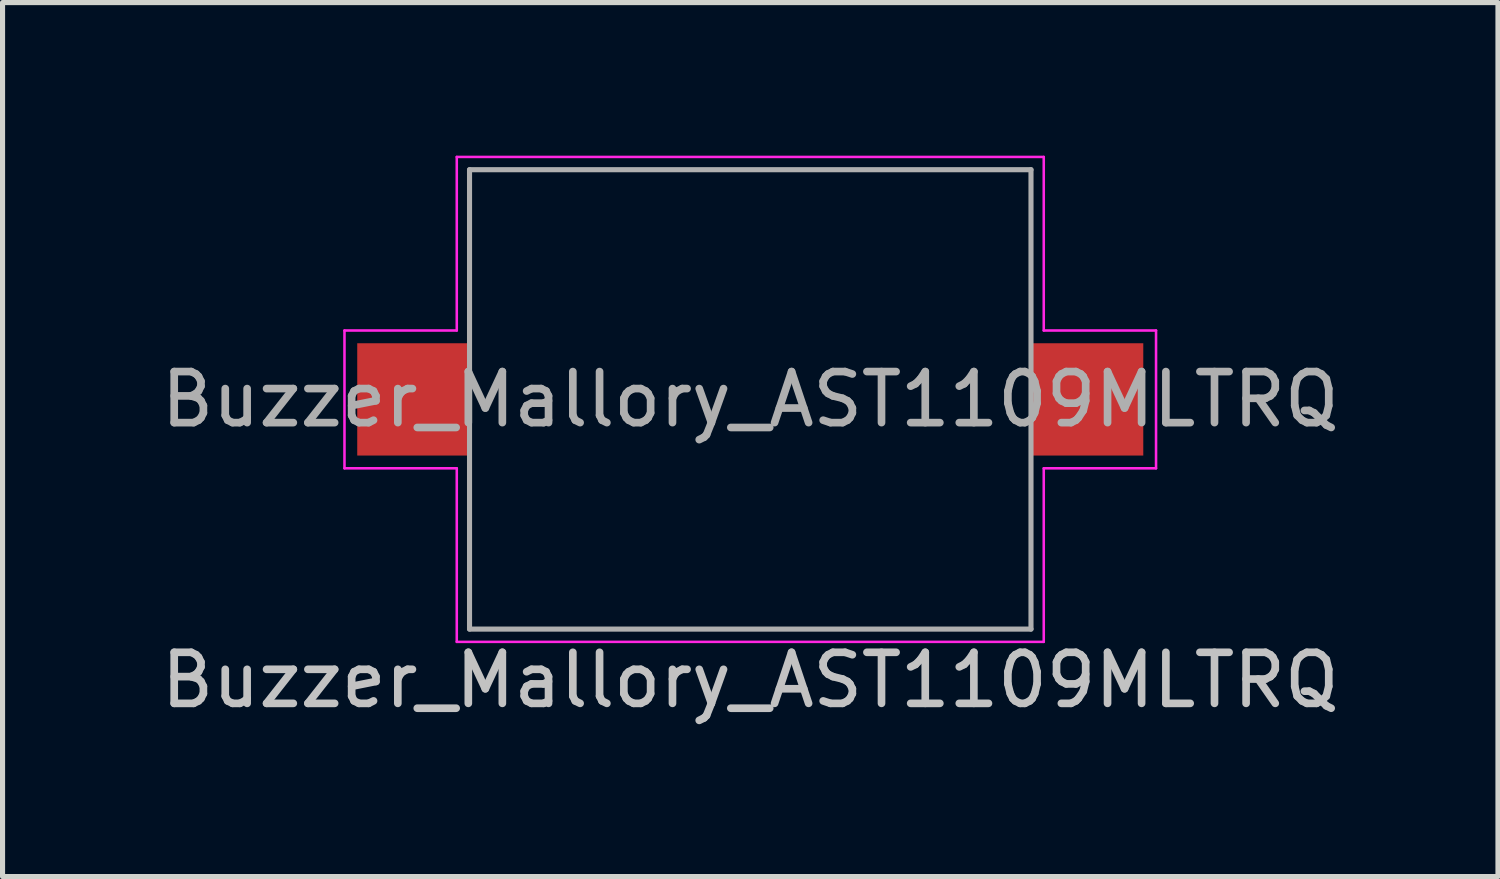
<source format=kicad_pcb>
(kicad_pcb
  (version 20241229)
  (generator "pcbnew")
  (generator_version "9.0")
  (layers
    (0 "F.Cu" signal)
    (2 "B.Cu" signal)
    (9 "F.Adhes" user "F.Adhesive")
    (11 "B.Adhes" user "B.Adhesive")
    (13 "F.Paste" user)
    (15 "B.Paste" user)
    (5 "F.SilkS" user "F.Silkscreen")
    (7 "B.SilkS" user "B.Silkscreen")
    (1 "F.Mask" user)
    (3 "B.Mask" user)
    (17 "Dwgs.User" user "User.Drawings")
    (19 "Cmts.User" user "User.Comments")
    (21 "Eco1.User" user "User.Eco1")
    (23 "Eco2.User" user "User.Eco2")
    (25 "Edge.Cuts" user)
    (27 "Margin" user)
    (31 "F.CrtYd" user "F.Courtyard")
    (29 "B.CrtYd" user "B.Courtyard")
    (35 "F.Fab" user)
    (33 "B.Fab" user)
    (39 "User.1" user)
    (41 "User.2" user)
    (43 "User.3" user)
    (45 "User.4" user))
  (footprint "Buzzer_Mallory_AST1109MLTRQ"
    (layer "F.Cu")
    (at 11.649 4.775)
    (property "Reference" "Buzzer_Mallory_AST1109MLTRQ" (at 0 5.5 0) (layer "Dwgs.User") (effects (font (size 1 1) (thickness 0.15))))
    (attr smd)
    (fp_line (start -7.95 -1.35) (end -5.75 -1.35) (stroke (width 0.05) (type solid)) (layer "F.CrtYd"))
    (fp_line (start -7.95 1.35) (end -7.95 -1.35) (stroke (width 0.05) (type solid)) (layer "F.CrtYd"))
    (fp_line (start -5.75 -4.75) (end 5.75 -4.75) (stroke (width 0.05) (type solid)) (layer "F.CrtYd"))
    (fp_line (start -5.75 -1.35) (end -5.75 -4.75) (stroke (width 0.05) (type solid)) (layer "F.CrtYd"))
    (fp_line (start -5.75 1.35) (end -7.95 1.35) (stroke (width 0.05) (type solid)) (layer "F.CrtYd"))
    (fp_line (start -5.75 4.75) (end -5.75 1.35) (stroke (width 0.05) (type solid)) (layer "F.CrtYd"))
    (fp_line (start 5.75 -4.75) (end 5.75 -1.35) (stroke (width 0.05) (type solid)) (layer "F.CrtYd"))
    (fp_line (start 5.75 -1.35) (end 7.95 -1.35) (stroke (width 0.05) (type solid)) (layer "F.CrtYd"))
    (fp_line (start 5.75 1.35) (end 5.75 4.75) (stroke (width 0.05) (type solid)) (layer "F.CrtYd"))
    (fp_line (start 5.75 4.75) (end -5.75 4.75) (stroke (width 0.05) (type solid)) (layer "F.CrtYd"))
    (fp_line (start 7.95 -1.35) (end 7.95 1.35) (stroke (width 0.05) (type solid)) (layer "F.CrtYd"))
    (fp_line (start 7.95 1.35) (end 5.75 1.35) (stroke (width 0.05) (type solid)) (layer "F.CrtYd"))
    (fp_line (start -5.5 -4.5) (end 5.5 -4.5) (stroke (width 0.1) (type solid)) (layer "F.Fab"))
    (fp_line (start -5.5 4.5) (end -5.5 -4.5) (stroke (width 0.1) (type solid)) (layer "F.Fab"))
    (fp_line (start 5.5 -4.5) (end 5.5 4.5) (stroke (width 0.1) (type solid)) (layer "F.Fab"))
    (fp_line (start 5.5 4.5) (end -5.5 4.5) (stroke (width 0.1) (type solid)) (layer "F.Fab"))
    (fp_text user "${REFERENCE}" (at 0 0 0) (layer "F.Fab") (effects (font (size 1 1) (thickness 0.15))))
    (pad "1" smd rect (at -6.6 0 180) (size 2.2 2.2) (layers "F.Cu" "F.Mask" "F.Paste"))
    (pad "2" smd rect (at 6.6 0 180) (size 2.2 2.2) (layers "F.Cu" "F.Mask" "F.Paste")))
  (gr_rect
    (start -3 -3)
    (end 26.298 14.123)
    (stroke (width 0.1) (type default))
    (fill no)
    (layer "Edge.Cuts")))
</source>
